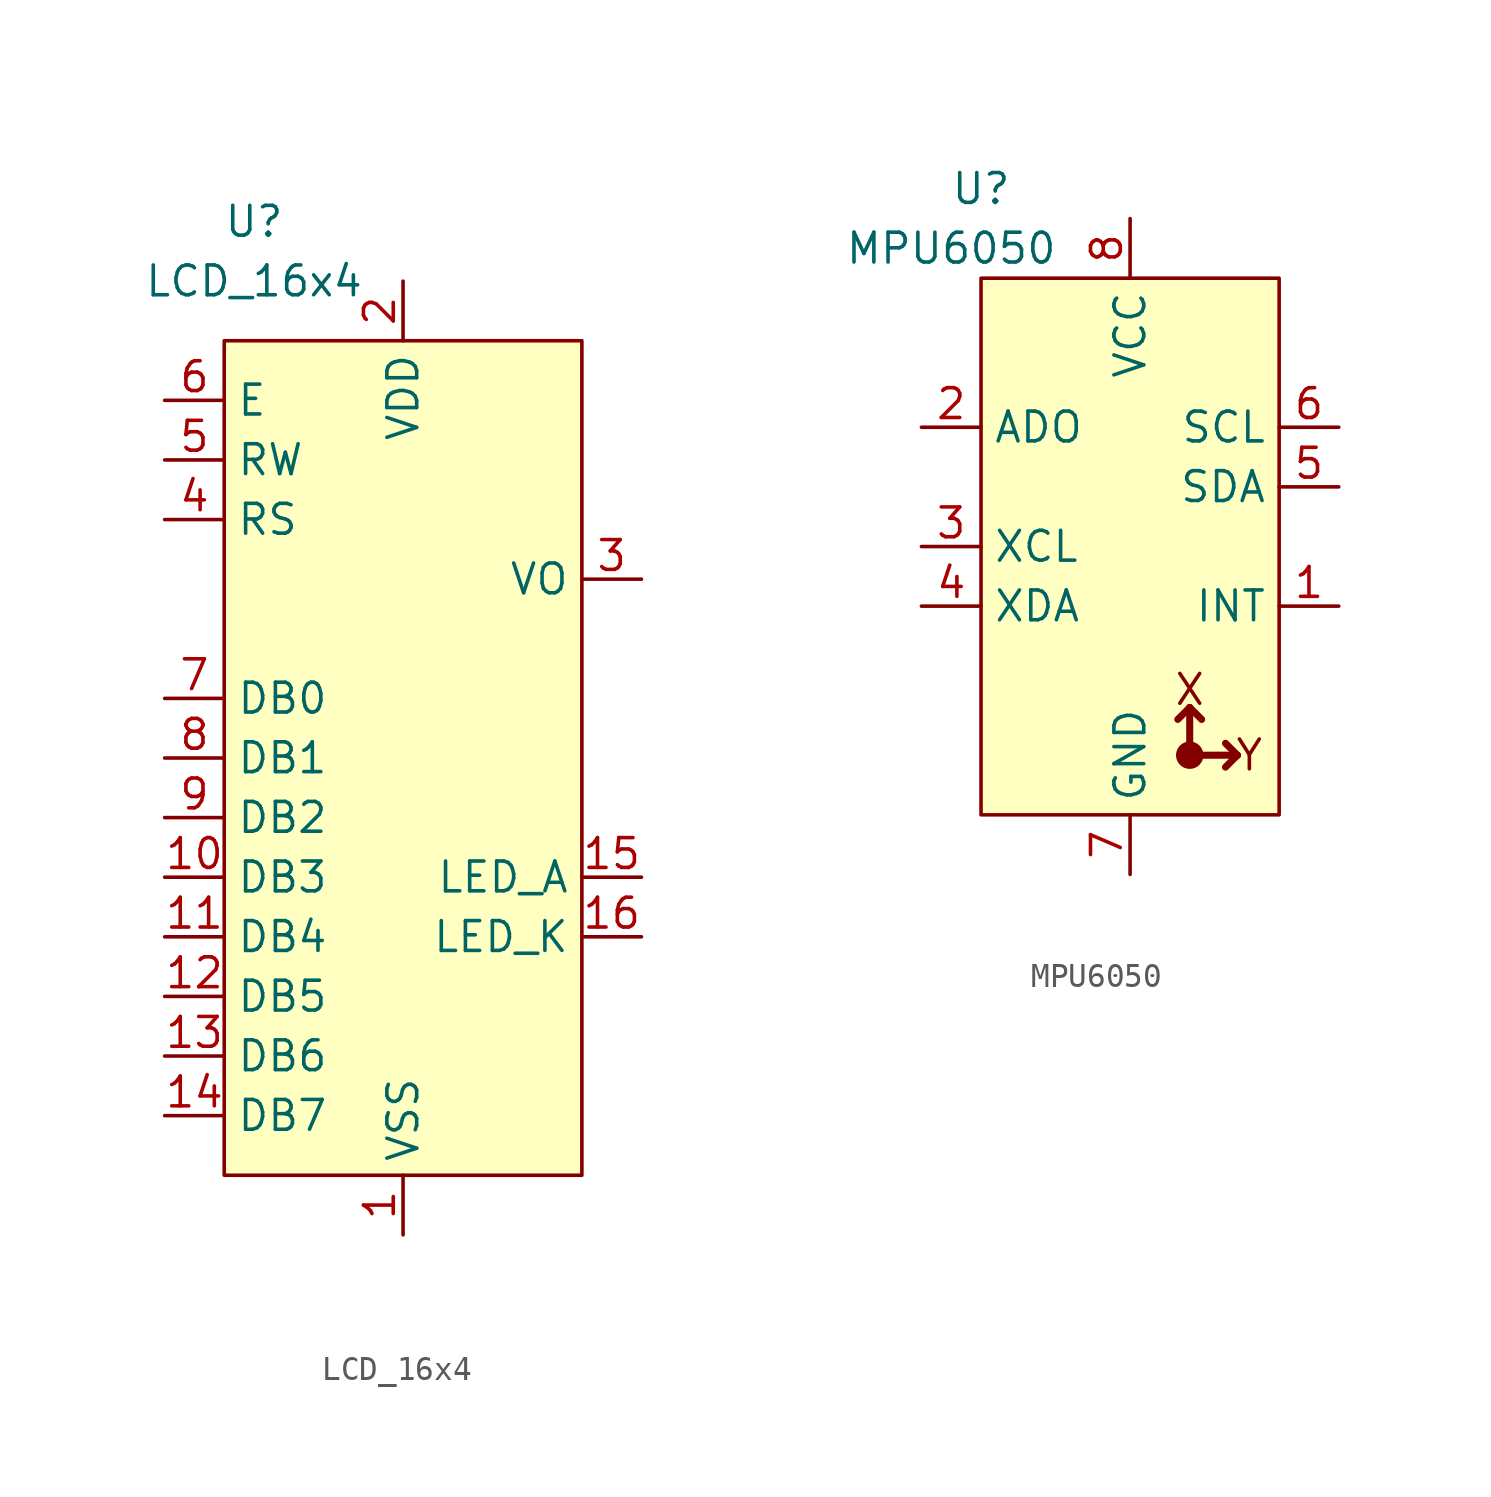
<source format=kicad_sym>
(kicad_symbol_lib
  (version 20211014)
  (generator kicad_symbol_editor)
  (symbol "LCD_16x4"
    (property "Reference" "U"
      (at -6.35 22.86 0)
      (effects (font (size 1.27 1.27))))
    (property "Value" "LCD_16x4"
      (at -6.35 20.32 0)
      (effects (font (size 1.27 1.27))))
    (symbol "LCD_16x4_1_1"
      (rectangle (start -7.62 17.78) (end 7.62 -17.78) (stroke (width 0) (type default) (color 0 0 0 0)) (fill (type background)))
      (pin power_in line (at 0 -20.32 90) (length 2.54) (name "VSS" (effects (font (size 1.27 1.27)))) (number "1" (effects (font (size 1.27 1.27)))))
      (pin bidirectional line (at -10.16 -5.08 0) (length 2.54) (name "DB3" (effects (font (size 1.27 1.27)))) (number "10" (effects (font (size 1.27 1.27)))))
      (pin bidirectional line (at -10.16 -7.62 0) (length 2.54) (name "DB4" (effects (font (size 1.27 1.27)))) (number "11" (effects (font (size 1.27 1.27)))))
      (pin bidirectional line (at -10.16 -10.16 0) (length 2.54) (name "DB5" (effects (font (size 1.27 1.27)))) (number "12" (effects (font (size 1.27 1.27)))))
      (pin bidirectional line (at -10.16 -12.7 0) (length 2.54) (name "DB6" (effects (font (size 1.27 1.27)))) (number "13" (effects (font (size 1.27 1.27)))))
      (pin bidirectional line (at -10.16 -15.24 0) (length 2.54) (name "DB7" (effects (font (size 1.27 1.27)))) (number "14" (effects (font (size 1.27 1.27)))))
      (pin power_in line (at 10.16 -5.08 180) (length 2.54) (name "LED_A" (effects (font (size 1.27 1.27)))) (number "15" (effects (font (size 1.27 1.27)))))
      (pin power_in line (at 10.16 -7.62 180) (length 2.54) (name "LED_K" (effects (font (size 1.27 1.27)))) (number "16" (effects (font (size 1.27 1.27)))))
      (pin power_in line (at 0 20.32 270) (length 2.54) (name "VDD" (effects (font (size 1.27 1.27)))) (number "2" (effects (font (size 1.27 1.27)))))
      (pin input line (at 10.16 7.62 180) (length 2.54) (name "VO" (effects (font (size 1.27 1.27)))) (number "3" (effects (font (size 1.27 1.27)))))
      (pin input line (at -10.16 10.16 0) (length 2.54) (name "RS" (effects (font (size 1.27 1.27)))) (number "4" (effects (font (size 1.27 1.27)))))
      (pin input line (at -10.16 12.7 0) (length 2.54) (name "RW" (effects (font (size 1.27 1.27)))) (number "5" (effects (font (size 1.27 1.27)))))
      (pin input line (at -10.16 15.24 0) (length 2.54) (name "E" (effects (font (size 1.27 1.27)))) (number "6" (effects (font (size 1.27 1.27)))))
      (pin bidirectional line (at -10.16 2.54 0) (length 2.54) (name "DB0" (effects (font (size 1.27 1.27)))) (number "7" (effects (font (size 1.27 1.27)))))
      (pin bidirectional line (at -10.16 0 0) (length 2.54) (name "DB1" (effects (font (size 1.27 1.27)))) (number "8" (effects (font (size 1.27 1.27)))))
      (pin bidirectional line (at -10.16 -2.54 0) (length 2.54) (name "DB2" (effects (font (size 1.27 1.27)))) (number "9" (effects (font (size 1.27 1.27)))))))
  (symbol "MPU6050"
    (property "Reference" "U"
      (at -6.35 13.97 0)
      (effects (font (size 1.27 1.27))))
    (property "Value" "MPU6050"
      (at -7.62 11.43 0)
      (effects (font (size 1.27 1.27))))
    (symbol "MPU6050_0_0"
      (circle (center 2.54 -10.16) (radius 0.508) (stroke (width 0) (type default) (color 0 0 0 0)) (fill (type outline)))
      (text "X" (at 2.54 -7.366 0) (effects (font (size 1.27 1.27))))
      (text "Y" (at 5.08 -10.16 0) (effects (font (size 1.27 1.27)))))
    (symbol "MPU6050_0_1"
      (rectangle (start -6.35 10.16) (end 6.35 -12.7) (stroke (width 0) (type default) (color 0 0 0 0)) (fill (type background)))
      (polyline (pts (xy 2.54 -8.128) (xy 2.032 -8.636)) (stroke (width 0.3) (type default) (color 0 0 0 0)) (fill (type none)))
      (polyline (pts (xy 2.54 -8.128) (xy 3.048 -8.636)) (stroke (width 0.3) (type default) (color 0 0 0 0)) (fill (type none)))
      (polyline (pts (xy 4.572 -10.16) (xy 4.064 -10.668)) (stroke (width 0.3) (type default) (color 0 0 0 0)) (fill (type none)))
      (polyline (pts (xy 4.572 -10.16) (xy 4.064 -9.652)) (stroke (width 0.3) (type default) (color 0 0 0 0)) (fill (type none)))
      (polyline (pts (xy 2.54 -8.128) (xy 2.54 -10.16) (xy 4.572 -10.16)) (stroke (width 0.3) (type default) (color 0 0 0 0)) (fill (type none))))
    (symbol "MPU6050_1_1"
      (pin bidirectional line (at 8.89 -3.81 180) (length 2.54) (name "INT" (effects (font (size 1.27 1.27)))) (number "1" (effects (font (size 1.27 1.27)))))
      (pin bidirectional line (at -8.89 3.81 0) (length 2.54) (name "ADO" (effects (font (size 1.27 1.27)))) (number "2" (effects (font (size 1.27 1.27)))))
      (pin bidirectional line (at -8.89 -1.27 0) (length 2.54) (name "XCL" (effects (font (size 1.27 1.27)))) (number "3" (effects (font (size 1.27 1.27)))))
      (pin bidirectional line (at -8.89 -3.81 0) (length 2.54) (name "XDA" (effects (font (size 1.27 1.27)))) (number "4" (effects (font (size 1.27 1.27)))))
      (pin bidirectional line (at 8.89 1.27 180) (length 2.54) (name "SDA" (effects (font (size 1.27 1.27)))) (number "5" (effects (font (size 1.27 1.27)))))
      (pin bidirectional line (at 8.89 3.81 180) (length 2.54) (name "SCL" (effects (font (size 1.27 1.27)))) (number "6" (effects (font (size 1.27 1.27)))))
      (pin power_in line (at 0 -15.24 90) (length 2.54) (name "GND" (effects (font (size 1.27 1.27)))) (number "7" (effects (font (size 1.27 1.27)))))
      (pin power_in line (at 0 12.7 270) (length 2.54) (name "VCC" (effects (font (size 1.27 1.27)))) (number "8" (effects (font (size 1.27 1.27))))))))
</source>
